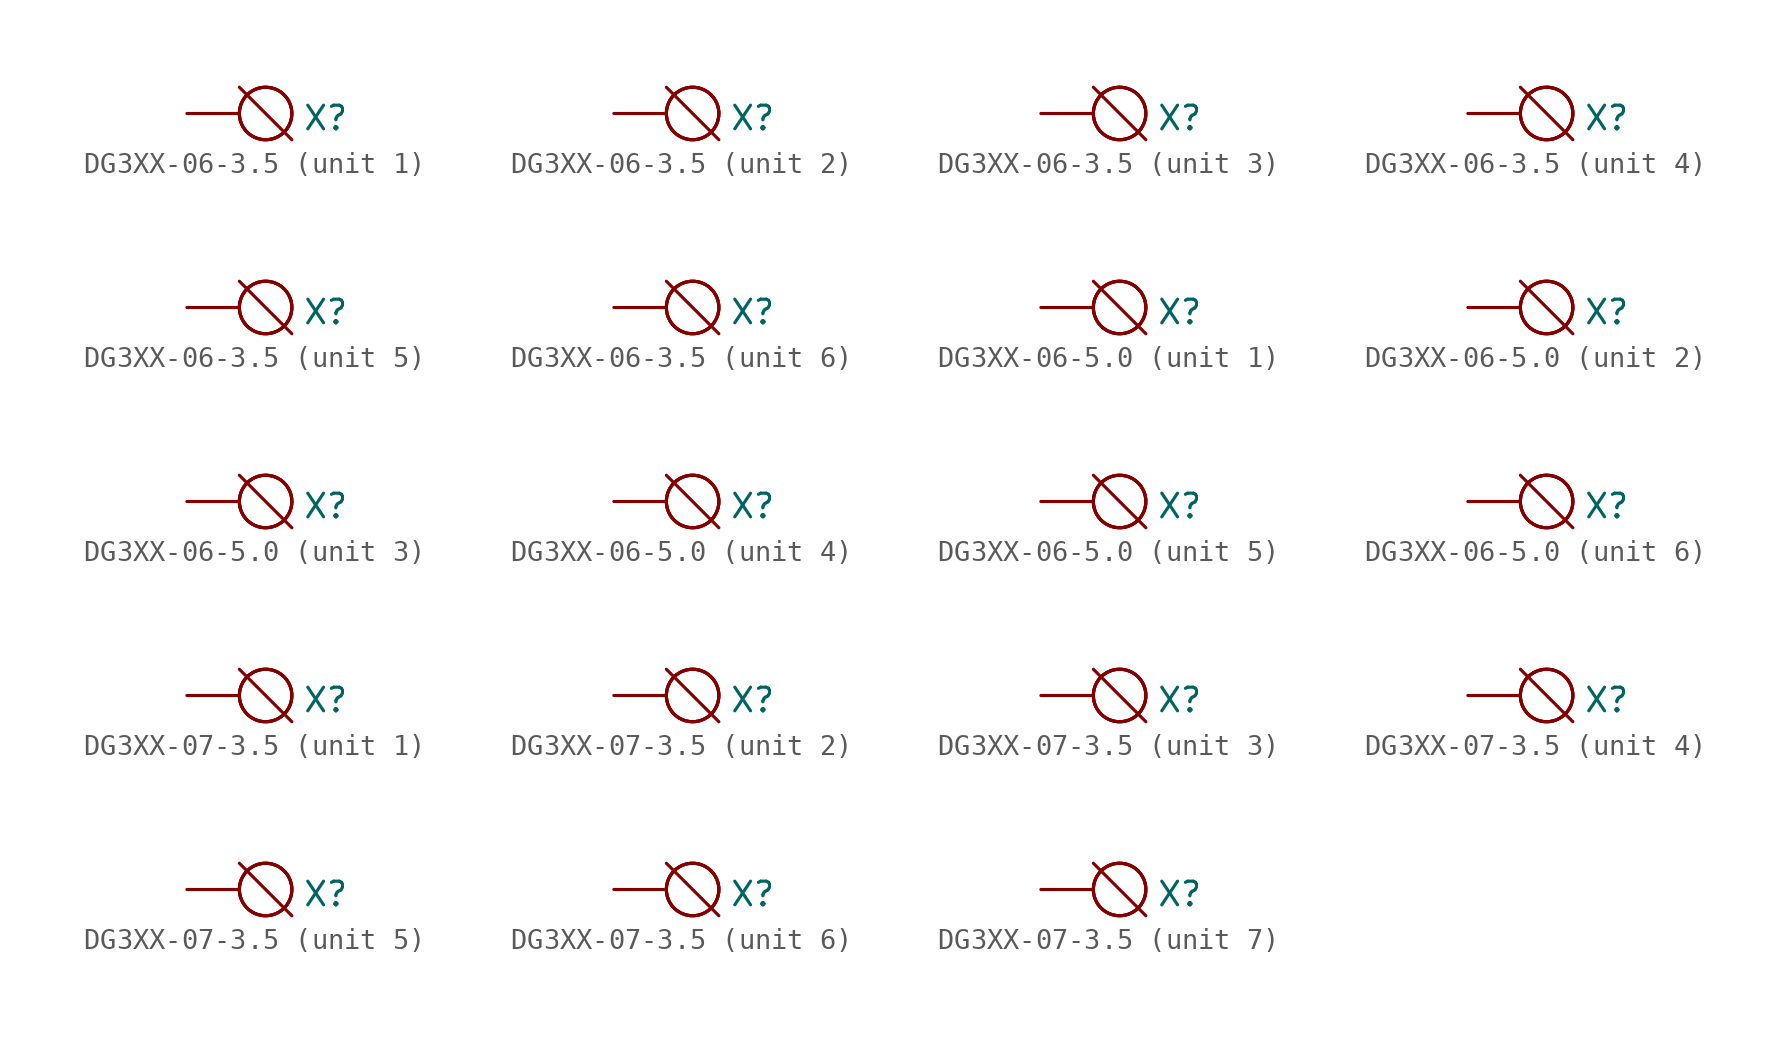
<source format=kicad_sym>
(kicad_symbol_lib
  (version 20211014)
  (generator kicad_symbol_editor)
  (symbol "DG3XX-06-3.5"
    (pin_numbers hide)
    (pin_names
      (offset 1.016) hide)
    (property "Reference" "X"
      (at 3.048 -0.889 0)
      (effects (font (size 1.143 1.143)) (justify left bottom)))
    (property "ki_locked" ""
      (at 0 0 0)
      (effects (font (size 1.27 1.27))))
    (symbol "DG3XX-06-3.5_1_0"
      (polyline (pts (xy 0 1.27) (xy 2.54 -1.27)) (stroke (width 0) (type default) (color 0 0 0 0)) (fill (type none))))
    (symbol "DG3XX-06-3.5_1_1"
      (circle (center 1.27 0) (radius 1.27) (stroke (width 0) (type default) (color 0 0 0 0)) (fill (type none)))
      (circle (center 1.27 0) (radius 1.27) (stroke (width 0) (type default) (color 0 0 0 0)) (fill (type none)))
      (circle (center 1.27 0) (radius 1.27) (stroke (width 0) (type default) (color 0 0 0 0)) (fill (type none)))
      (pin passive line (at -2.54 0 0) (length 2.54) (name "KL" (effects (font (size 1.016 1.016)))) (number "1" (effects (font (size 1.016 1.016))))))
    (symbol "DG3XX-06-3.5_2_0"
      (polyline (pts (xy 0 1.27) (xy 2.54 -1.27)) (stroke (width 0) (type default) (color 0 0 0 0)) (fill (type none))))
    (symbol "DG3XX-06-3.5_2_1"
      (circle (center 1.27 0) (radius 1.27) (stroke (width 0) (type default) (color 0 0 0 0)) (fill (type none)))
      (circle (center 1.27 0) (radius 1.27) (stroke (width 0) (type default) (color 0 0 0 0)) (fill (type none)))
      (circle (center 1.27 0) (radius 1.27) (stroke (width 0) (type default) (color 0 0 0 0)) (fill (type none)))
      (pin passive line (at -2.54 0 0) (length 2.54) (name "KL" (effects (font (size 1.016 1.016)))) (number "2" (effects (font (size 1.016 1.016))))))
    (symbol "DG3XX-06-3.5_3_0"
      (polyline (pts (xy 0 1.27) (xy 2.54 -1.27)) (stroke (width 0) (type default) (color 0 0 0 0)) (fill (type none))))
    (symbol "DG3XX-06-3.5_3_1"
      (circle (center 1.27 0) (radius 1.27) (stroke (width 0) (type default) (color 0 0 0 0)) (fill (type none)))
      (circle (center 1.27 0) (radius 1.27) (stroke (width 0) (type default) (color 0 0 0 0)) (fill (type none)))
      (circle (center 1.27 0) (radius 1.27) (stroke (width 0) (type default) (color 0 0 0 0)) (fill (type none)))
      (pin passive line (at -2.54 0 0) (length 2.54) (name "KL" (effects (font (size 1.016 1.016)))) (number "3" (effects (font (size 1.016 1.016))))))
    (symbol "DG3XX-06-3.5_4_0"
      (polyline (pts (xy 0 1.27) (xy 2.54 -1.27)) (stroke (width 0) (type default) (color 0 0 0 0)) (fill (type none))))
    (symbol "DG3XX-06-3.5_4_1"
      (circle (center 1.27 0) (radius 1.27) (stroke (width 0) (type default) (color 0 0 0 0)) (fill (type none)))
      (circle (center 1.27 0) (radius 1.27) (stroke (width 0) (type default) (color 0 0 0 0)) (fill (type none)))
      (circle (center 1.27 0) (radius 1.27) (stroke (width 0) (type default) (color 0 0 0 0)) (fill (type none)))
      (pin passive line (at -2.54 0 0) (length 2.54) (name "KL" (effects (font (size 1.016 1.016)))) (number "4" (effects (font (size 1.016 1.016))))))
    (symbol "DG3XX-06-3.5_5_0"
      (polyline (pts (xy 0 1.27) (xy 2.54 -1.27)) (stroke (width 0) (type default) (color 0 0 0 0)) (fill (type none))))
    (symbol "DG3XX-06-3.5_5_1"
      (circle (center 1.27 0) (radius 1.27) (stroke (width 0) (type default) (color 0 0 0 0)) (fill (type none)))
      (circle (center 1.27 0) (radius 1.27) (stroke (width 0) (type default) (color 0 0 0 0)) (fill (type none)))
      (circle (center 1.27 0) (radius 1.27) (stroke (width 0) (type default) (color 0 0 0 0)) (fill (type none)))
      (pin passive line (at -2.54 0 0) (length 2.54) (name "KL" (effects (font (size 1.016 1.016)))) (number "5" (effects (font (size 1.016 1.016))))))
    (symbol "DG3XX-06-3.5_6_0"
      (polyline (pts (xy 0 1.27) (xy 2.54 -1.27)) (stroke (width 0) (type default) (color 0 0 0 0)) (fill (type none))))
    (symbol "DG3XX-06-3.5_6_1"
      (circle (center 1.27 0) (radius 1.27) (stroke (width 0) (type default) (color 0 0 0 0)) (fill (type none)))
      (circle (center 1.27 0) (radius 1.27) (stroke (width 0) (type default) (color 0 0 0 0)) (fill (type none)))
      (circle (center 1.27 0) (radius 1.27) (stroke (width 0) (type default) (color 0 0 0 0)) (fill (type none)))
      (pin passive line (at -2.54 0 0) (length 2.54) (name "KL" (effects (font (size 1.016 1.016)))) (number "6" (effects (font (size 1.016 1.016)))))))
  (symbol "DG3XX-06-5.0"
    (pin_numbers hide)
    (pin_names
      (offset 1.016) hide)
    (property "Reference" "X"
      (at 3.048 -0.889 0)
      (effects (font (size 1.143 1.143)) (justify left bottom)))
    (property "ki_locked" ""
      (at 0 0 0)
      (effects (font (size 1.27 1.27))))
    (symbol "DG3XX-06-5.0_1_0"
      (polyline (pts (xy 0 1.27) (xy 2.54 -1.27)) (stroke (width 0) (type default) (color 0 0 0 0)) (fill (type none))))
    (symbol "DG3XX-06-5.0_1_1"
      (circle (center 1.27 0) (radius 1.27) (stroke (width 0) (type default) (color 0 0 0 0)) (fill (type none)))
      (circle (center 1.27 0) (radius 1.27) (stroke (width 0) (type default) (color 0 0 0 0)) (fill (type none)))
      (circle (center 1.27 0) (radius 1.27) (stroke (width 0) (type default) (color 0 0 0 0)) (fill (type none)))
      (pin passive line (at -2.54 0 0) (length 2.54) (name "KL" (effects (font (size 1.016 1.016)))) (number "1" (effects (font (size 1.016 1.016))))))
    (symbol "DG3XX-06-5.0_2_0"
      (polyline (pts (xy 0 1.27) (xy 2.54 -1.27)) (stroke (width 0) (type default) (color 0 0 0 0)) (fill (type none))))
    (symbol "DG3XX-06-5.0_2_1"
      (circle (center 1.27 0) (radius 1.27) (stroke (width 0) (type default) (color 0 0 0 0)) (fill (type none)))
      (circle (center 1.27 0) (radius 1.27) (stroke (width 0) (type default) (color 0 0 0 0)) (fill (type none)))
      (circle (center 1.27 0) (radius 1.27) (stroke (width 0) (type default) (color 0 0 0 0)) (fill (type none)))
      (pin passive line (at -2.54 0 0) (length 2.54) (name "KL" (effects (font (size 1.016 1.016)))) (number "2" (effects (font (size 1.016 1.016))))))
    (symbol "DG3XX-06-5.0_3_0"
      (polyline (pts (xy 0 1.27) (xy 2.54 -1.27)) (stroke (width 0) (type default) (color 0 0 0 0)) (fill (type none))))
    (symbol "DG3XX-06-5.0_3_1"
      (circle (center 1.27 0) (radius 1.27) (stroke (width 0) (type default) (color 0 0 0 0)) (fill (type none)))
      (circle (center 1.27 0) (radius 1.27) (stroke (width 0) (type default) (color 0 0 0 0)) (fill (type none)))
      (circle (center 1.27 0) (radius 1.27) (stroke (width 0) (type default) (color 0 0 0 0)) (fill (type none)))
      (pin passive line (at -2.54 0 0) (length 2.54) (name "KL" (effects (font (size 1.016 1.016)))) (number "3" (effects (font (size 1.016 1.016))))))
    (symbol "DG3XX-06-5.0_4_0"
      (polyline (pts (xy 0 1.27) (xy 2.54 -1.27)) (stroke (width 0) (type default) (color 0 0 0 0)) (fill (type none))))
    (symbol "DG3XX-06-5.0_4_1"
      (circle (center 1.27 0) (radius 1.27) (stroke (width 0) (type default) (color 0 0 0 0)) (fill (type none)))
      (circle (center 1.27 0) (radius 1.27) (stroke (width 0) (type default) (color 0 0 0 0)) (fill (type none)))
      (circle (center 1.27 0) (radius 1.27) (stroke (width 0) (type default) (color 0 0 0 0)) (fill (type none)))
      (pin passive line (at -2.54 0 0) (length 2.54) (name "KL" (effects (font (size 1.016 1.016)))) (number "4" (effects (font (size 1.016 1.016))))))
    (symbol "DG3XX-06-5.0_5_0"
      (polyline (pts (xy 0 1.27) (xy 2.54 -1.27)) (stroke (width 0) (type default) (color 0 0 0 0)) (fill (type none))))
    (symbol "DG3XX-06-5.0_5_1"
      (circle (center 1.27 0) (radius 1.27) (stroke (width 0) (type default) (color 0 0 0 0)) (fill (type none)))
      (circle (center 1.27 0) (radius 1.27) (stroke (width 0) (type default) (color 0 0 0 0)) (fill (type none)))
      (circle (center 1.27 0) (radius 1.27) (stroke (width 0) (type default) (color 0 0 0 0)) (fill (type none)))
      (pin passive line (at -2.54 0 0) (length 2.54) (name "KL" (effects (font (size 1.016 1.016)))) (number "5" (effects (font (size 1.016 1.016))))))
    (symbol "DG3XX-06-5.0_6_0"
      (polyline (pts (xy 0 1.27) (xy 2.54 -1.27)) (stroke (width 0) (type default) (color 0 0 0 0)) (fill (type none))))
    (symbol "DG3XX-06-5.0_6_1"
      (circle (center 1.27 0) (radius 1.27) (stroke (width 0) (type default) (color 0 0 0 0)) (fill (type none)))
      (circle (center 1.27 0) (radius 1.27) (stroke (width 0) (type default) (color 0 0 0 0)) (fill (type none)))
      (circle (center 1.27 0) (radius 1.27) (stroke (width 0) (type default) (color 0 0 0 0)) (fill (type none)))
      (pin passive line (at -2.54 0 0) (length 2.54) (name "KL" (effects (font (size 1.016 1.016)))) (number "6" (effects (font (size 1.016 1.016)))))))
  (symbol "DG3XX-07-3.5"
    (pin_numbers hide)
    (pin_names
      (offset 1.016) hide)
    (property "Reference" "X"
      (at 3.048 -0.889 0)
      (effects (font (size 1.143 1.143)) (justify left bottom)))
    (property "ki_locked" ""
      (at 0 0 0)
      (effects (font (size 1.27 1.27))))
    (symbol "DG3XX-07-3.5_1_0"
      (polyline (pts (xy 0 1.27) (xy 2.54 -1.27)) (stroke (width 0) (type default) (color 0 0 0 0)) (fill (type none))))
    (symbol "DG3XX-07-3.5_1_1"
      (circle (center 1.27 0) (radius 1.27) (stroke (width 0) (type default) (color 0 0 0 0)) (fill (type none)))
      (circle (center 1.27 0) (radius 1.27) (stroke (width 0) (type default) (color 0 0 0 0)) (fill (type none)))
      (circle (center 1.27 0) (radius 1.27) (stroke (width 0) (type default) (color 0 0 0 0)) (fill (type none)))
      (pin passive line (at -2.54 0 0) (length 2.54) (name "KL" (effects (font (size 1.016 1.016)))) (number "1" (effects (font (size 1.016 1.016))))))
    (symbol "DG3XX-07-3.5_2_0"
      (polyline (pts (xy 0 1.27) (xy 2.54 -1.27)) (stroke (width 0) (type default) (color 0 0 0 0)) (fill (type none))))
    (symbol "DG3XX-07-3.5_2_1"
      (circle (center 1.27 0) (radius 1.27) (stroke (width 0) (type default) (color 0 0 0 0)) (fill (type none)))
      (circle (center 1.27 0) (radius 1.27) (stroke (width 0) (type default) (color 0 0 0 0)) (fill (type none)))
      (circle (center 1.27 0) (radius 1.27) (stroke (width 0) (type default) (color 0 0 0 0)) (fill (type none)))
      (pin passive line (at -2.54 0 0) (length 2.54) (name "KL" (effects (font (size 1.016 1.016)))) (number "2" (effects (font (size 1.016 1.016))))))
    (symbol "DG3XX-07-3.5_3_0"
      (polyline (pts (xy 0 1.27) (xy 2.54 -1.27)) (stroke (width 0) (type default) (color 0 0 0 0)) (fill (type none))))
    (symbol "DG3XX-07-3.5_3_1"
      (circle (center 1.27 0) (radius 1.27) (stroke (width 0) (type default) (color 0 0 0 0)) (fill (type none)))
      (circle (center 1.27 0) (radius 1.27) (stroke (width 0) (type default) (color 0 0 0 0)) (fill (type none)))
      (circle (center 1.27 0) (radius 1.27) (stroke (width 0) (type default) (color 0 0 0 0)) (fill (type none)))
      (pin passive line (at -2.54 0 0) (length 2.54) (name "KL" (effects (font (size 1.016 1.016)))) (number "3" (effects (font (size 1.016 1.016))))))
    (symbol "DG3XX-07-3.5_4_0"
      (polyline (pts (xy 0 1.27) (xy 2.54 -1.27)) (stroke (width 0) (type default) (color 0 0 0 0)) (fill (type none))))
    (symbol "DG3XX-07-3.5_4_1"
      (circle (center 1.27 0) (radius 1.27) (stroke (width 0) (type default) (color 0 0 0 0)) (fill (type none)))
      (circle (center 1.27 0) (radius 1.27) (stroke (width 0) (type default) (color 0 0 0 0)) (fill (type none)))
      (circle (center 1.27 0) (radius 1.27) (stroke (width 0) (type default) (color 0 0 0 0)) (fill (type none)))
      (pin passive line (at -2.54 0 0) (length 2.54) (name "KL" (effects (font (size 1.016 1.016)))) (number "4" (effects (font (size 1.016 1.016))))))
    (symbol "DG3XX-07-3.5_5_0"
      (polyline (pts (xy 0 1.27) (xy 2.54 -1.27)) (stroke (width 0) (type default) (color 0 0 0 0)) (fill (type none))))
    (symbol "DG3XX-07-3.5_5_1"
      (circle (center 1.27 0) (radius 1.27) (stroke (width 0) (type default) (color 0 0 0 0)) (fill (type none)))
      (circle (center 1.27 0) (radius 1.27) (stroke (width 0) (type default) (color 0 0 0 0)) (fill (type none)))
      (circle (center 1.27 0) (radius 1.27) (stroke (width 0) (type default) (color 0 0 0 0)) (fill (type none)))
      (pin passive line (at -2.54 0 0) (length 2.54) (name "KL" (effects (font (size 1.016 1.016)))) (number "5" (effects (font (size 1.016 1.016))))))
    (symbol "DG3XX-07-3.5_6_0"
      (polyline (pts (xy 0 1.27) (xy 2.54 -1.27)) (stroke (width 0) (type default) (color 0 0 0 0)) (fill (type none))))
    (symbol "DG3XX-07-3.5_6_1"
      (circle (center 1.27 0) (radius 1.27) (stroke (width 0) (type default) (color 0 0 0 0)) (fill (type none)))
      (circle (center 1.27 0) (radius 1.27) (stroke (width 0) (type default) (color 0 0 0 0)) (fill (type none)))
      (circle (center 1.27 0) (radius 1.27) (stroke (width 0) (type default) (color 0 0 0 0)) (fill (type none)))
      (pin passive line (at -2.54 0 0) (length 2.54) (name "KL" (effects (font (size 1.016 1.016)))) (number "6" (effects (font (size 1.016 1.016))))))
    (symbol "DG3XX-07-3.5_7_0"
      (polyline (pts (xy 0 1.27) (xy 2.54 -1.27)) (stroke (width 0) (type default) (color 0 0 0 0)) (fill (type none))))
    (symbol "DG3XX-07-3.5_7_1"
      (circle (center 1.27 0) (radius 1.27) (stroke (width 0) (type default) (color 0 0 0 0)) (fill (type none)))
      (circle (center 1.27 0) (radius 1.27) (stroke (width 0) (type default) (color 0 0 0 0)) (fill (type none)))
      (circle (center 1.27 0) (radius 1.27) (stroke (width 0) (type default) (color 0 0 0 0)) (fill (type none)))
      (pin passive line (at -2.54 0 0) (length 2.54) (name "KL" (effects (font (size 1.016 1.016)))) (number "7" (effects (font (size 1.016 1.016))))))))
</source>
